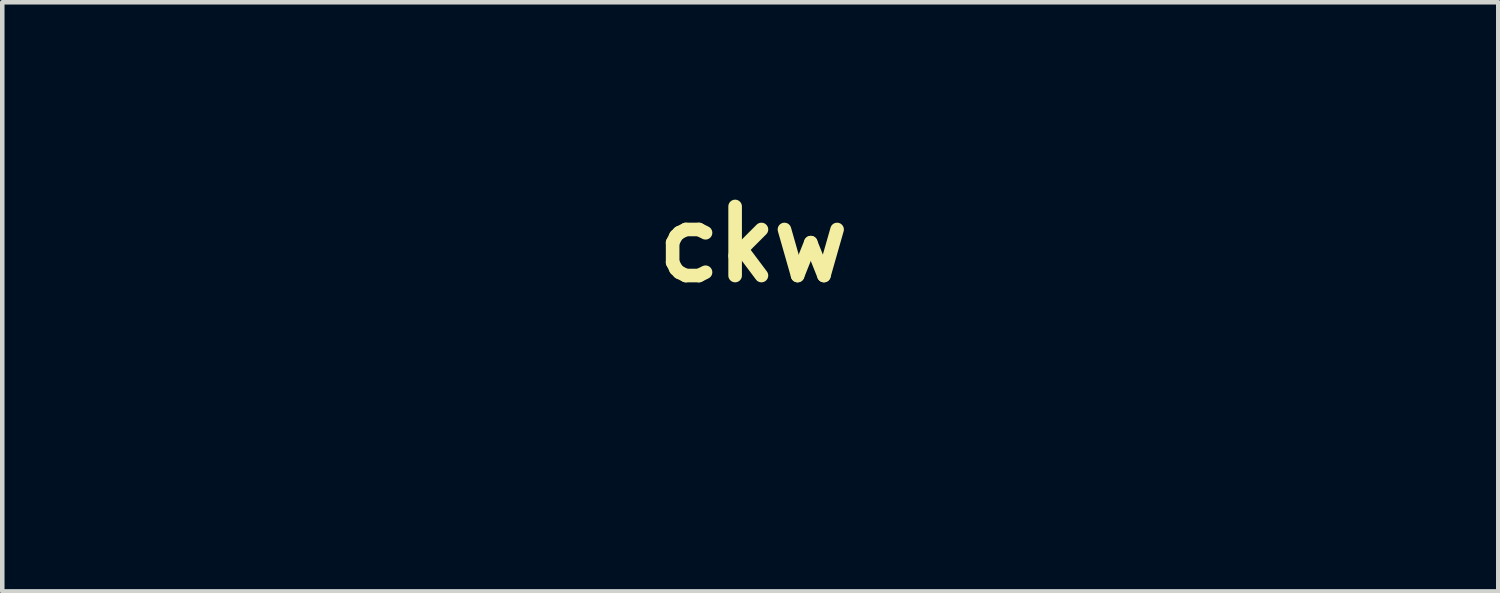
<source format=kicad_pcb>
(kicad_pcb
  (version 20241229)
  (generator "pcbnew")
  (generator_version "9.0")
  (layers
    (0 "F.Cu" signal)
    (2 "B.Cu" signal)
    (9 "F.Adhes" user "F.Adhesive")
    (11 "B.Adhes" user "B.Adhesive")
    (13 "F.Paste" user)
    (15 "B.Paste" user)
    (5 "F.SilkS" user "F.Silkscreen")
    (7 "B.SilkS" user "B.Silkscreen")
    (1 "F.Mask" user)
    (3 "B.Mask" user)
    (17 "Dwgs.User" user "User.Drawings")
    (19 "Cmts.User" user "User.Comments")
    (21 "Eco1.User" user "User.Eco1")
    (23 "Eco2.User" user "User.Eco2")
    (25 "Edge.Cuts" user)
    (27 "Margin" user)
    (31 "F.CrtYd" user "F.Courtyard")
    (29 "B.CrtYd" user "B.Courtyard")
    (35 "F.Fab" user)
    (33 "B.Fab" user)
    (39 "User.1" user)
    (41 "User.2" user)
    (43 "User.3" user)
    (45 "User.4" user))
  (footprint "ckw"
    (layer "F.Cu")
    (at 13.569 2.34)
    (property "Reference" "ckw" (at 0 0 0) (layer "F.SilkS") (effects (font (size 1.524 1.524) (thickness 0.3))))
    (attr through_hole)
    (fp_poly (pts (xy -5.131 3.048) (xy -5.437 3.048) (xy -5.41 0.229) (xy -5.271 0.213) (xy -5.131 0.196) (xy -5.131 3.048)) (stroke (width 0.01) (type solid)) (fill yes) (layer "F.Mask"))
    (fp_poly (pts (xy -5.15 -1.08) (xy -5.11 -1.02) (xy -5.105 -0.94) (xy -5.121 -0.828) (xy -5.187 -0.781) (xy -5.245 -0.771) (xy -5.37 -0.785) (xy -5.415 -0.832) (xy -5.435 -0.975) (xy -5.373 -1.065) (xy -5.257 -1.092) (xy -5.15 -1.08)) (stroke (width 0.01) (type solid)) (fill yes) (layer "F.Mask"))
    (fp_poly (pts (xy 6.405 3.539) (xy 6.519 3.641) (xy 6.583 3.82) (xy 6.604 4.085) (xy 6.604 4.086) (xy 6.601 4.247) (xy 6.584 4.332) (xy 6.542 4.364) (xy 6.48 4.369) (xy 6.409 4.361) (xy 6.37 4.32) (xy 6.35 4.223) (xy 6.34 4.077) (xy 6.327 3.91) (xy 6.302 3.819) (xy 6.256 3.779) (xy 6.21 3.768) (xy 6.119 3.723) (xy 6.096 3.629) (xy 6.115 3.538) (xy 6.192 3.507) (xy 6.236 3.506) (xy 6.405 3.539)) (stroke (width 0.01) (type solid)) (fill yes) (layer "F.Mask"))
    (fp_poly (pts (xy 8.945 3.539) (xy 9.059 3.641) (xy 9.123 3.82) (xy 9.144 4.085) (xy 9.144 4.086) (xy 9.141 4.247) (xy 9.124 4.332) (xy 9.082 4.364) (xy 9.02 4.369) (xy 8.949 4.361) (xy 8.91 4.32) (xy 8.89 4.223) (xy 8.88 4.077) (xy 8.867 3.91) (xy 8.842 3.819) (xy 8.796 3.779) (xy 8.75 3.768) (xy 8.659 3.723) (xy 8.636 3.629) (xy 8.655 3.538) (xy 8.732 3.507) (xy 8.776 3.506) (xy 8.945 3.539)) (stroke (width 0.01) (type solid)) (fill yes) (layer "F.Mask"))
    (fp_poly (pts (xy 5.677 3.512) (xy 5.716 3.546) (xy 5.737 3.631) (xy 5.748 3.789) (xy 5.751 3.848) (xy 5.762 4.032) (xy 5.781 4.137) (xy 5.816 4.187) (xy 5.876 4.207) (xy 5.88 4.207) (xy 5.972 4.252) (xy 5.994 4.347) (xy 5.975 4.438) (xy 5.898 4.468) (xy 5.855 4.47) (xy 5.731 4.456) (xy 5.659 4.432) (xy 5.56 4.309) (xy 5.502 4.1) (xy 5.486 3.839) (xy 5.489 3.66) (xy 5.501 3.56) (xy 5.532 3.516) (xy 5.591 3.505) (xy 5.611 3.505) (xy 5.677 3.512)) (stroke (width 0.01) (type solid)) (fill yes) (layer "F.Mask"))
    (fp_poly (pts (xy 8.217 3.512) (xy 8.256 3.546) (xy 8.277 3.631) (xy 8.288 3.789) (xy 8.291 3.848) (xy 8.302 4.032) (xy 8.321 4.137) (xy 8.356 4.187) (xy 8.416 4.207) (xy 8.42 4.207) (xy 8.512 4.252) (xy 8.534 4.347) (xy 8.515 4.438) (xy 8.438 4.468) (xy 8.395 4.47) (xy 8.271 4.456) (xy 8.199 4.432) (xy 8.1 4.309) (xy 8.042 4.1) (xy 8.026 3.839) (xy 8.029 3.66) (xy 8.041 3.56) (xy 8.072 3.516) (xy 8.131 3.505) (xy 8.151 3.505) (xy 8.217 3.512)) (stroke (width 0.01) (type solid)) (fill yes) (layer "F.Mask"))
    (fp_poly (pts (xy 6.997 3.511) (xy 7.035 3.544) (xy 7.056 3.624) (xy 7.068 3.775) (xy 7.072 3.87) (xy 7.082 4.06) (xy 7.099 4.173) (xy 7.132 4.232) (xy 7.19 4.262) (xy 7.215 4.269) (xy 7.38 4.278) (xy 7.52 4.226) (xy 7.602 4.126) (xy 7.605 4.115) (xy 7.662 4.036) (xy 7.753 4.009) (xy 7.837 4.033) (xy 7.874 4.11) (xy 7.874 4.111) (xy 7.84 4.287) (xy 7.728 4.411) (xy 7.667 4.447) (xy 7.466 4.51) (xy 7.242 4.517) (xy 7.039 4.471) (xy 6.941 4.416) (xy 6.874 4.355) (xy 6.834 4.286) (xy 6.814 4.182) (xy 6.808 4.016) (xy 6.807 3.908) (xy 6.809 3.707) (xy 6.817 3.588) (xy 6.84 3.528) (xy 6.882 3.507) (xy 6.932 3.505) (xy 6.997 3.511)) (stroke (width 0.01) (type solid)) (fill yes) (layer "F.Mask"))
    (fp_poly (pts (xy -8.28 0.68) (xy -8.115 0.521) (xy -7.952 0.384) (xy -7.778 0.291) (xy -7.569 0.235) (xy -7.302 0.209) (xy -7.05 0.204) (xy -6.703 0.218) (xy -6.434 0.262) (xy -6.227 0.342) (xy -6.06 0.464) (xy -6.01 0.514) (xy -5.941 0.599) (xy -5.887 0.692) (xy -5.848 0.808) (xy -5.821 0.96) (xy -5.804 1.164) (xy -5.795 1.434) (xy -5.792 1.783) (xy -5.791 1.985) (xy -5.791 3.048) (xy -6.096 3.048) (xy -6.096 0.853) (xy -6.441 0.508) (xy -7.022 0.508) (xy -7.274 0.509) (xy -7.45 0.516) (xy -7.574 0.533) (xy -7.672 0.566) (xy -7.768 0.619) (xy -7.846 0.67) (xy -7.986 0.77) (xy -8.092 0.874) (xy -8.169 0.996) (xy -8.221 1.151) (xy -8.254 1.356) (xy -8.272 1.625) (xy -8.279 1.973) (xy -8.279 2.146) (xy -8.28 3.048) (xy -8.534 3.048) (xy -8.534 -0.711) (xy -8.28 -0.711) (xy -8.28 0.68)) (stroke (width 0.01) (type solid)) (fill yes) (layer "F.Mask"))
    (fp_poly (pts (xy -4.459 0.559) (xy -4.445 1.83) (xy -3.391 1.014) (xy -3.072 0.767) (xy -2.822 0.576) (xy -2.63 0.434) (xy -2.486 0.333) (xy -2.378 0.268) (xy -2.295 0.23) (xy -2.227 0.213) (xy -2.161 0.211) (xy -2.121 0.213) (xy -1.905 0.229) (xy -2.616 0.78) (xy -2.847 0.961) (xy -3.047 1.12) (xy -3.205 1.248) (xy -3.308 1.334) (xy -3.341 1.366) (xy -3.325 1.397) (xy -3.268 1.472) (xy -3.165 1.595) (xy -3.012 1.771) (xy -2.805 2.004) (xy -2.54 2.299) (xy -2.212 2.662) (xy -1.966 2.934) (xy -1.862 3.048) (xy -2.316 3.048) (xy -2.974 2.316) (xy -3.187 2.083) (xy -3.375 1.887) (xy -3.528 1.737) (xy -3.635 1.644) (xy -3.686 1.617) (xy -3.686 1.617) (xy -3.749 1.662) (xy -3.871 1.753) (xy -4.029 1.873) (xy -4.104 1.93) (xy -4.467 2.21) (xy -4.469 2.629) (xy -4.471 2.834) (xy -4.479 2.958) (xy -4.5 3.022) (xy -4.54 3.045) (xy -4.597 3.048) (xy -4.724 3.048) (xy -4.724 -0.711) (xy -4.472 -0.711) (xy -4.459 0.559)) (stroke (width 0.01) (type solid)) (fill yes) (layer "F.Mask"))
    (fp_poly (pts (xy 1.422 3.048) (xy 1.27 3.048) (xy 1.169 3.039) (xy 1.127 2.991) (xy 1.118 2.875) (xy 1.118 2.861) (xy 1.118 2.673) (xy 0.978 2.804) (xy 0.87 2.897) (xy 0.765 2.963) (xy 0.644 3.007) (xy 0.487 3.032) (xy 0.271 3.044) (xy -0.021 3.047) (xy -0.086 3.047) (xy -0.39 3.044) (xy -0.614 3.034) (xy -0.778 3.016) (xy -0.902 2.987) (xy -0.991 2.953) (xy -1.154 2.854) (xy -1.316 2.719) (xy -1.359 2.673) (xy -1.524 2.486) (xy -1.524 0.203) (xy -1.27 0.203) (xy -1.27 1.242) (xy -1.267 1.675) (xy -1.257 2.011) (xy -1.241 2.25) (xy -1.218 2.39) (xy -1.21 2.412) (xy -1.109 2.561) (xy -0.953 2.668) (xy -0.729 2.739) (xy -0.425 2.778) (xy -0.267 2.786) (xy -0.026 2.791) (xy 0.197 2.789) (xy 0.369 2.78) (xy 0.432 2.772) (xy 0.603 2.705) (xy 0.789 2.58) (xy 0.952 2.426) (xy 1.031 2.317) (xy 1.057 2.22) (xy 1.079 2.026) (xy 1.098 1.741) (xy 1.113 1.371) (xy 1.118 1.219) (xy 1.143 0.229) (xy 1.283 0.213) (xy 1.422 0.196) (xy 1.422 3.048)) (stroke (width 0.01) (type solid)) (fill yes) (layer "F.Mask"))
    (fp_poly (pts (xy 4.705 3.529) (xy 4.724 3.561) (xy 4.773 3.593) (xy 4.914 3.603) (xy 5.016 3.599) (xy 5.182 3.593) (xy 5.269 3.603) (xy 5.304 3.638) (xy 5.309 3.683) (xy 5.269 3.772) (xy 5.207 3.792) (xy 5.09 3.8) (xy 4.932 3.81) (xy 4.902 3.812) (xy 4.699 3.825) (xy 4.926 3.856) (xy 5.088 3.893) (xy 5.187 3.962) (xy 5.231 4.026) (xy 5.28 4.137) (xy 5.27 4.227) (xy 5.231 4.305) (xy 5.143 4.41) (xy 5.009 4.456) (xy 4.964 4.461) (xy 4.838 4.463) (xy 4.785 4.433) (xy 4.775 4.375) (xy 4.817 4.285) (xy 4.889 4.258) (xy 4.984 4.216) (xy 4.998 4.15) (xy 4.936 4.092) (xy 4.864 4.073) (xy 4.764 4.075) (xy 4.728 4.13) (xy 4.724 4.203) (xy 4.693 4.36) (xy 4.594 4.447) (xy 4.438 4.47) (xy 4.275 4.433) (xy 4.194 4.357) (xy 4.134 4.244) (xy 4.121 4.19) (xy 4.384 4.19) (xy 4.425 4.243) (xy 4.474 4.24) (xy 4.517 4.168) (xy 4.521 4.137) (xy 4.49 4.071) (xy 4.426 4.08) (xy 4.394 4.115) (xy 4.384 4.19) (xy 4.121 4.19) (xy 4.115 4.166) (xy 4.159 4.026) (xy 4.269 3.907) (xy 4.407 3.846) (xy 4.478 3.832) (xy 4.457 3.824) (xy 4.356 3.818) (xy 4.227 3.802) (xy 4.173 3.758) (xy 4.166 3.708) (xy 4.185 3.638) (xy 4.263 3.61) (xy 4.343 3.607) (xy 4.461 3.594) (xy 4.52 3.563) (xy 4.521 3.556) (xy 4.564 3.515) (xy 4.623 3.505) (xy 4.705 3.529)) (stroke (width 0.01) (type solid)) (fill yes) (layer "F.Mask"))
    (fp_poly (pts (xy 5.753 1.651) (xy 5.58 1.997) (xy 5.42 2.312) (xy 5.28 2.585) (xy 5.166 2.804) (xy 5.083 2.959) (xy 5.037 3.039) (xy 5.03 3.047) (xy 4.997 3.005) (xy 4.922 2.89) (xy 4.813 2.715) (xy 4.68 2.494) (xy 4.555 2.284) (xy 4.106 1.522) (xy 3.652 2.285) (xy 3.503 2.532) (xy 3.372 2.746) (xy 3.267 2.913) (xy 3.198 3.018) (xy 3.173 3.048) (xy 3.146 3.004) (xy 3.079 2.881) (xy 2.978 2.688) (xy 2.849 2.438) (xy 2.698 2.142) (xy 2.53 1.809) (xy 2.464 1.677) (xy 2.292 1.333) (xy 2.136 1.018) (xy 2.002 0.745) (xy 1.894 0.524) (xy 1.819 0.367) (xy 1.781 0.285) (xy 1.778 0.277) (xy 1.822 0.261) (xy 1.929 0.262) (xy 1.94 0.263) (xy 1.993 0.272) (xy 2.04 0.292) (xy 2.088 0.336) (xy 2.144 0.415) (xy 2.216 0.539) (xy 2.309 0.72) (xy 2.43 0.969) (xy 2.588 1.297) (xy 2.618 1.36) (xy 2.764 1.665) (xy 2.897 1.939) (xy 3.008 2.168) (xy 3.093 2.34) (xy 3.144 2.441) (xy 3.157 2.463) (xy 3.187 2.429) (xy 3.258 2.326) (xy 3.358 2.173) (xy 3.474 1.989) (xy 3.596 1.792) (xy 3.712 1.601) (xy 3.81 1.434) (xy 3.879 1.311) (xy 3.904 1.26) (xy 3.886 1.2) (xy 3.826 1.073) (xy 3.731 0.897) (xy 3.614 0.694) (xy 3.485 0.48) (xy 3.415 0.368) (xy 3.372 0.292) (xy 3.393 0.261) (xy 3.493 0.254) (xy 3.52 0.254) (xy 3.615 0.26) (xy 3.686 0.292) (xy 3.754 0.367) (xy 3.84 0.505) (xy 3.889 0.593) (xy 3.982 0.756) (xy 4.05 0.849) (xy 4.109 0.866) (xy 4.175 0.806) (xy 4.264 0.664) (xy 4.359 0.495) (xy 4.448 0.353) (xy 4.523 0.28) (xy 4.614 0.256) (xy 4.661 0.254) (xy 4.773 0.26) (xy 4.826 0.276) (xy 4.826 0.278) (xy 4.802 0.329) (xy 4.736 0.447) (xy 4.641 0.614) (xy 4.564 0.746) (xy 4.453 0.938) (xy 4.366 1.099) (xy 4.313 1.209) (xy 4.303 1.243) (xy 4.328 1.304) (xy 4.396 1.434) (xy 4.498 1.616) (xy 4.623 1.834) (xy 4.664 1.902) (xy 5.023 2.51) (xy 5.387 1.75) (xy 5.526 1.461) (xy 5.664 1.171) (xy 5.789 0.907) (xy 5.888 0.696) (xy 5.923 0.622) (xy 6.01 0.439) (xy 6.074 0.329) (xy 6.133 0.275) (xy 6.205 0.256) (xy 6.272 0.254) (xy 6.451 0.254) (xy 5.753 1.651)) (stroke (width 0.01) (type solid)) (fill yes) (layer "F.Mask"))
    (fp_poly (pts (xy -10.78 -1.041) (xy -10.423 -1.04) (xy -10.144 -1.037) (xy -9.931 -1.031) (xy -9.772 -1.023) (xy -9.656 -1.01) (xy -9.57 -0.993) (xy -9.503 -0.971) (xy -9.443 -0.943) (xy -9.423 -0.933) (xy -9.177 -0.759) (xy -9.011 -0.539) (xy -8.919 -0.261) (xy -8.892 0.038) (xy -8.89 0.305) (xy -9.234 0.305) (xy -9.255 -0.057) (xy -9.27 -0.255) (xy -9.297 -0.382) (xy -9.344 -0.468) (xy -9.414 -0.538) (xy -9.497 -0.602) (xy -9.591 -0.653) (xy -9.707 -0.693) (xy -9.856 -0.721) (xy -10.05 -0.741) (xy -10.302 -0.752) (xy -10.622 -0.757) (xy -11.023 -0.756) (xy -11.398 -0.753) (xy -11.819 -0.748) (xy -12.151 -0.742) (xy -12.407 -0.735) (xy -12.599 -0.726) (xy -12.739 -0.714) (xy -12.84 -0.698) (xy -12.915 -0.676) (xy -12.975 -0.649) (xy -13.005 -0.632) (xy -13.094 -0.576) (xy -13.164 -0.517) (xy -13.216 -0.441) (xy -13.254 -0.337) (xy -13.28 -0.192) (xy -13.296 0.006) (xy -13.305 0.271) (xy -13.308 0.615) (xy -13.309 0.965) (xy -13.308 1.391) (xy -13.303 1.727) (xy -13.291 1.988) (xy -13.268 2.184) (xy -13.232 2.329) (xy -13.179 2.436) (xy -13.107 2.517) (xy -13.011 2.584) (xy -12.892 2.65) (xy -12.826 2.682) (xy -12.759 2.708) (xy -12.678 2.728) (xy -12.572 2.742) (xy -12.427 2.752) (xy -12.231 2.759) (xy -11.971 2.763) (xy -11.636 2.765) (xy -11.213 2.766) (xy -11.176 2.766) (xy -10.683 2.766) (xy -10.282 2.762) (xy -9.963 2.752) (xy -9.717 2.732) (xy -9.535 2.699) (xy -9.407 2.651) (xy -9.324 2.584) (xy -9.276 2.495) (xy -9.253 2.382) (xy -9.246 2.241) (xy -9.246 2.162) (xy -9.246 1.88) (xy -8.876 1.88) (xy -8.903 2.216) (xy -8.945 2.486) (xy -9.03 2.682) (xy -9.173 2.829) (xy -9.325 2.921) (xy -9.386 2.949) (xy -9.455 2.972) (xy -9.542 2.99) (xy -9.661 3.003) (xy -9.821 3.013) (xy -10.035 3.02) (xy -10.315 3.025) (xy -10.673 3.029) (xy -11.12 3.032) (xy -11.151 3.032) (xy -11.615 3.033) (xy -12.027 3.03) (xy -12.376 3.024) (xy -12.653 3.015) (xy -12.848 3.004) (xy -12.951 2.99) (xy -12.952 2.989) (xy -13.122 2.921) (xy -13.275 2.833) (xy -13.356 2.77) (xy -13.42 2.701) (xy -13.469 2.613) (xy -13.506 2.494) (xy -13.532 2.334) (xy -13.548 2.12) (xy -13.558 1.841) (xy -13.562 1.483) (xy -13.564 1.037) (xy -13.564 1.016) (xy -13.563 0.57) (xy -13.559 0.213) (xy -13.55 -0.066) (xy -13.534 -0.28) (xy -13.51 -0.441) (xy -13.477 -0.561) (xy -13.431 -0.652) (xy -13.372 -0.727) (xy -13.303 -0.792) (xy -13.223 -0.858) (xy -13.141 -0.912) (xy -13.046 -0.954) (xy -12.927 -0.985) (xy -12.771 -1.008) (xy -12.568 -1.024) (xy -12.306 -1.034) (xy -11.972 -1.039) (xy -11.557 -1.041) (xy -11.227 -1.041) (xy -10.78 -1.041)) (stroke (width 0.01) (type solid)) (fill yes) (layer "F.Mask"))
    (fp_poly (pts (xy 12.024 -2.311) (xy 12.369 -2.242) (xy 12.551 -2.175) (xy 12.888 -1.983) (xy 13.138 -1.749) (xy 13.315 -1.463) (xy 13.316 -1.461) (xy 13.373 -1.32) (xy 13.409 -1.182) (xy 13.428 -1.017) (xy 13.434 -0.795) (xy 13.434 -0.66) (xy 13.43 -0.403) (xy 13.416 -0.213) (xy 13.387 -0.06) (xy 13.336 0.091) (xy 13.29 0.203) (xy 13.098 0.582) (xy 12.836 1) (xy 12.519 1.44) (xy 12.16 1.882) (xy 11.774 2.31) (xy 11.374 2.705) (xy 11.221 2.842) (xy 11.022 3.021) (xy 10.902 3.145) (xy 10.86 3.225) (xy 10.898 3.27) (xy 11.015 3.291) (xy 11.211 3.298) (xy 11.233 3.298) (xy 11.478 3.31) (xy 11.657 3.333) (xy 11.765 3.364) (xy 11.796 3.397) (xy 11.743 3.428) (xy 11.601 3.45) (xy 11.43 3.46) (xy 11.242 3.469) (xy 11.072 3.487) (xy 11.005 3.499) (xy 10.86 3.531) (xy 11.17 3.901) (xy 11.304 4.064) (xy 11.409 4.197) (xy 11.471 4.281) (xy 11.481 4.301) (xy 11.445 4.292) (xy 11.351 4.231) (xy 11.216 4.13) (xy 11.058 4.004) (xy 10.897 3.866) (xy 10.694 3.686) (xy 10.636 4.157) (xy 10.608 4.365) (xy 10.582 4.531) (xy 10.561 4.633) (xy 10.553 4.653) (xy 10.528 4.627) (xy 10.5 4.531) (xy 10.497 4.517) (xy 10.477 4.364) (xy 10.466 4.175) (xy 10.465 4.113) (xy 10.459 3.906) (xy 10.435 3.792) (xy 10.383 3.761) (xy 10.291 3.805) (xy 10.193 3.879) (xy 9.958 4.063) (xy 9.777 4.198) (xy 9.656 4.28) (xy 9.603 4.302) (xy 9.601 4.298) (xy 9.633 4.249) (xy 9.717 4.142) (xy 9.84 3.994) (xy 9.93 3.89) (xy 10.259 3.513) (xy 9.917 3.482) (xy 9.709 3.46) (xy 9.515 3.437) (xy 9.398 3.419) (xy 9.286 3.397) (xy 9.266 3.38) (xy 9.329 3.356) (xy 9.347 3.35) (xy 9.464 3.329) (xy 9.642 3.314) (xy 9.809 3.307) (xy 9.984 3.3) (xy 10.117 3.286) (xy 10.175 3.27) (xy 10.189 3.199) (xy 10.135 3.121) (xy 10.039 3.062) (xy 9.964 3.048) (xy 9.81 3.004) (xy 9.701 2.919) (xy 9.651 2.859) (xy 9.616 2.79) (xy 9.592 2.693) (xy 9.577 2.548) (xy 9.566 2.336) (xy 9.559 2.126) (xy 9.538 1.463) (xy 8.541 1.482) (xy 8.179 1.491) (xy 7.905 1.502) (xy 7.702 1.515) (xy 7.557 1.534) (xy 7.454 1.558) (xy 7.384 1.588) (xy 7.212 1.693) (xy 7.115 1.802) (xy 7.071 1.946) (xy 7.061 2.14) (xy 7.075 2.335) (xy 7.122 2.489) (xy 7.213 2.605) (xy 7.359 2.689) (xy 7.569 2.744) (xy 7.855 2.777) (xy 8.225 2.792) (xy 8.471 2.794) (xy 9.246 2.794) (xy 9.246 3.048) (xy 8.369 3.047) (xy 7.988 3.043) (xy 7.692 3.029) (xy 7.465 3.002) (xy 7.291 2.957) (xy 7.155 2.89) (xy 7.04 2.798) (xy 6.945 2.696) (xy 6.875 2.603) (xy 6.834 2.511) (xy 6.814 2.387) (xy 6.807 2.203) (xy 6.807 2.122) (xy 6.809 1.917) (xy 6.82 1.785) (xy 6.852 1.694) (xy 6.912 1.614) (xy 7.001 1.527) (xy 7.114 1.429) (xy 7.232 1.354) (xy 7.369 1.299) (xy 7.541 1.261) (xy 7.763 1.237) (xy 8.05 1.224) (xy 8.418 1.22) (xy 8.578 1.219) (xy 9.55 1.219) (xy 9.55 1.024) (xy 9.527 0.861) (xy 9.446 0.738) (xy 9.289 0.635) (xy 9.182 0.586) (xy 9.096 0.559) (xy 8.976 0.538) (xy 8.81 0.524) (xy 8.584 0.514) (xy 8.284 0.509) (xy 7.901 0.508) (xy 6.807 0.508) (xy 6.807 0.203) (xy 7.865 0.203) (xy 8.3 0.206) (xy 8.648 0.217) (xy 8.921 0.238) (xy 9.133 0.271) (xy 9.299 0.318) (xy 9.431 0.382) (xy 9.544 0.466) (xy 9.569 0.489) (xy 9.67 0.595) (xy 9.745 0.71) (xy 9.797 0.849) (xy 9.83 1.031) (xy 9.848 1.272) (xy 9.855 1.59) (xy 9.855 1.745) (xy 9.858 2.081) (xy 9.869 2.33) (xy 9.894 2.506) (xy 9.939 2.623) (xy 10.009 2.695) (xy 10.109 2.737) (xy 10.246 2.763) (xy 10.249 2.764) (xy 10.465 2.795) (xy 10.47 2.553) (xy 10.481 2.378) (xy 10.502 2.225) (xy 10.511 2.184) (xy 10.547 2.057) (xy 10.581 2.19) (xy 10.601 2.3) (xy 10.623 2.48) (xy 10.644 2.695) (xy 10.65 2.772) (xy 10.685 3.223) (xy 11.036 2.843) (xy 11.413 2.417) (xy 11.772 1.978) (xy 12.103 1.539) (xy 12.397 1.113) (xy 12.644 0.715) (xy 12.835 0.359) (xy 12.959 0.06) (xy 13.03 -0.227) (xy 13.065 -0.538) (xy 13.065 -0.841) (xy 13.028 -1.103) (xy 12.988 -1.226) (xy 12.83 -1.497) (xy 12.62 -1.7) (xy 12.348 -1.839) (xy 12.005 -1.919) (xy 11.583 -1.944) (xy 11.582 -1.944) (xy 11.328 -1.937) (xy 11.09 -1.914) (xy 10.845 -1.869) (xy 10.571 -1.799) (xy 10.243 -1.699) (xy 9.932 -1.594) (xy 9.641 -1.484) (xy 9.284 -1.332) (xy 8.881 -1.149) (xy 8.453 -0.945) (xy 8.022 -0.729) (xy 7.609 -0.512) (xy 7.239 -0.307) (xy 7.024 -0.184) (xy 6.842 -0.079) (xy 6.709 -0.003) (xy 6.644 0.034) (xy 6.642 0.035) (xy 6.605 0.036) (xy 6.604 0.032) (xy 6.642 -0.006) (xy 6.746 -0.092) (xy 6.9 -0.211) (xy 7.074 -0.342) (xy 7.778 -0.834) (xy 8.491 -1.269) (xy 9.198 -1.642) (xy 9.886 -1.945) (xy 10.542 -2.17) (xy 10.82 -2.244) (xy 11.222 -2.313) (xy 11.633 -2.335) (xy 12.024 -2.311)) (stroke (width 0.01) (type solid)) (fill yes) (layer "F.Mask")))
  (gr_rect
    (start -3 -3)
    (end 30.008 9.998)
    (stroke (width 0.1) (type default))
    (fill no)
    (layer "Edge.Cuts")))
</source>
